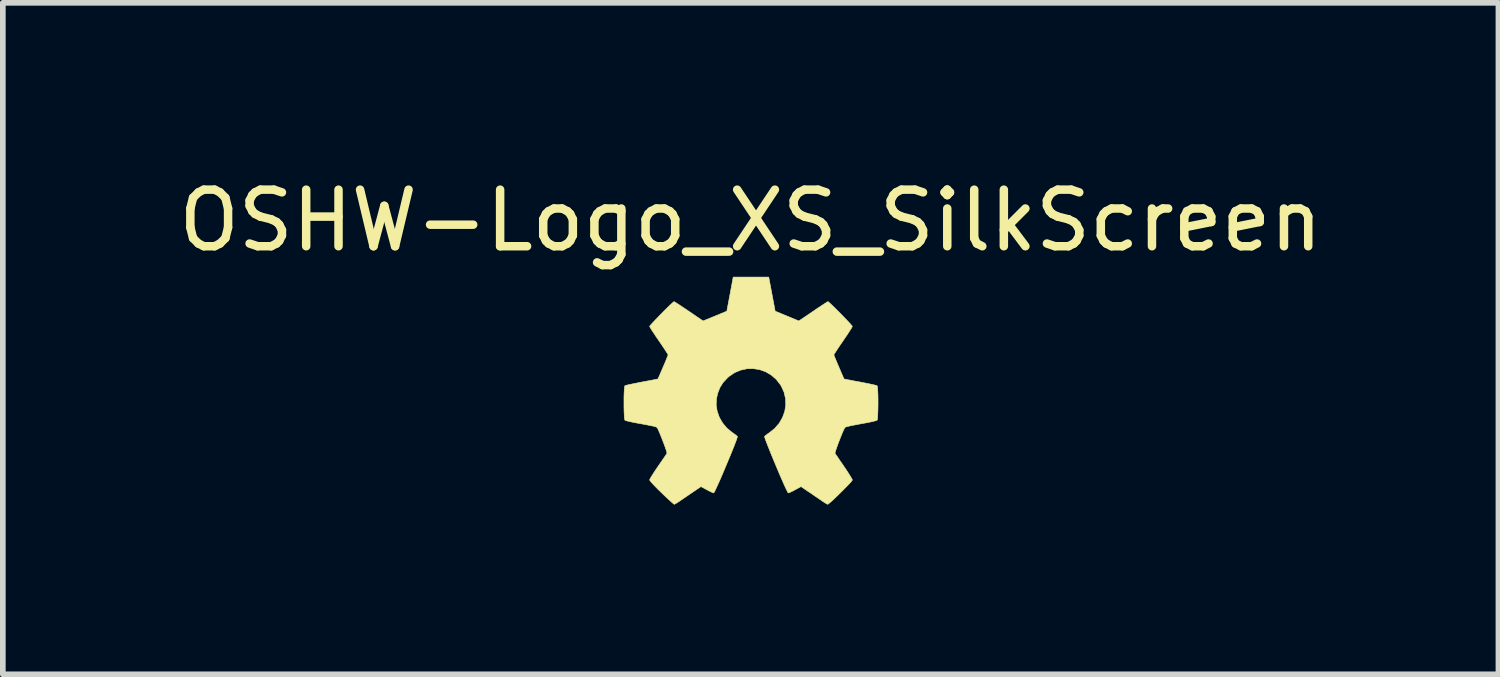
<source format=kicad_pcb>
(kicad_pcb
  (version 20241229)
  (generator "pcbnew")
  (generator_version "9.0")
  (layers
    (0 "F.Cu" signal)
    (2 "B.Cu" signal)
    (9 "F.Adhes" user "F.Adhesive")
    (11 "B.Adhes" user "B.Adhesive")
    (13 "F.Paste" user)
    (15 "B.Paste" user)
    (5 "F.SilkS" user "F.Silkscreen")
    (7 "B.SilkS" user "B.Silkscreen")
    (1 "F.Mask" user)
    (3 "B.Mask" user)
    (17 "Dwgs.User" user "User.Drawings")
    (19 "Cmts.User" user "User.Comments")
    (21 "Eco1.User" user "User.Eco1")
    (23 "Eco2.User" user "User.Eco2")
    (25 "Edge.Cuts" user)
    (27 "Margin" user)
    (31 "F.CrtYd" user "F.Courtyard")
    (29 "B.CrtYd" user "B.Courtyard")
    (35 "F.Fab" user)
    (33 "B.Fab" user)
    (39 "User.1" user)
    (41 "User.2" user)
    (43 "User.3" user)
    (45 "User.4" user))
  (footprint "OSHW-Logo_XS_SilkScreen"
    (layer "F.Cu")
    (at 10.22 4.098)
    (property "Reference" "OSHW-Logo_XS_SilkScreen" (at 0 -3.25 0) (layer "F.SilkS") (effects (font (size 1 1) (thickness 0.15))))
    (attr exclude_from_pos_files exclude_from_bom)
    (fp_poly (pts (xy 0.377 -1.948) (xy 0.434 -1.647) (xy 0.853 -1.474) (xy 1.105 -1.645) (xy 1.175 -1.693) (xy 1.239 -1.735) (xy 1.293 -1.771) (xy 1.334 -1.797) (xy 1.36 -1.813) (xy 1.367 -1.816) (xy 1.379 -1.808) (xy 1.406 -1.784) (xy 1.444 -1.748) (xy 1.491 -1.702) (xy 1.542 -1.651) (xy 1.596 -1.597) (xy 1.649 -1.542) (xy 1.698 -1.491) (xy 1.741 -1.446) (xy 1.773 -1.41) (xy 1.793 -1.386) (xy 1.798 -1.378) (xy 1.791 -1.364) (xy 1.772 -1.331) (xy 1.742 -1.285) (xy 1.705 -1.227) (xy 1.66 -1.162) (xy 1.635 -1.124) (xy 1.588 -1.056) (xy 1.546 -0.994) (xy 1.512 -0.942) (xy 1.487 -0.903) (xy 1.473 -0.88) (xy 1.471 -0.875) (xy 1.476 -0.861) (xy 1.489 -0.828) (xy 1.508 -0.782) (xy 1.531 -0.726) (xy 1.557 -0.666) (xy 1.583 -0.605) (xy 1.607 -0.548) (xy 1.628 -0.501) (xy 1.643 -0.466) (xy 1.651 -0.45) (xy 1.652 -0.449) (xy 1.665 -0.446) (xy 1.699 -0.439) (xy 1.75 -0.429) (xy 1.816 -0.416) (xy 1.893 -0.402) (xy 1.937 -0.394) (xy 2.019 -0.378) (xy 2.093 -0.363) (xy 2.155 -0.35) (xy 2.202 -0.339) (xy 2.23 -0.331) (xy 2.235 -0.329) (xy 2.241 -0.313) (xy 2.245 -0.275) (xy 2.248 -0.222) (xy 2.251 -0.156) (xy 2.252 -0.082) (xy 2.252 -0.006) (xy 2.251 0.07) (xy 2.249 0.14) (xy 2.246 0.201) (xy 2.243 0.248) (xy 2.238 0.276) (xy 2.235 0.281) (xy 2.217 0.288) (xy 2.179 0.298) (xy 2.127 0.31) (xy 2.065 0.323) (xy 2.043 0.327) (xy 1.938 0.346) (xy 1.855 0.362) (xy 1.792 0.374) (xy 1.745 0.384) (xy 1.711 0.392) (xy 1.689 0.398) (xy 1.676 0.404) (xy 1.667 0.41) (xy 1.666 0.411) (xy 1.655 0.43) (xy 1.638 0.467) (xy 1.616 0.517) (xy 1.592 0.577) (xy 1.567 0.64) (xy 1.543 0.703) (xy 1.522 0.762) (xy 1.505 0.812) (xy 1.494 0.848) (xy 1.492 0.865) (xy 1.492 0.866) (xy 1.501 0.881) (xy 1.523 0.912) (xy 1.554 0.958) (xy 1.593 1.015) (xy 1.637 1.079) (xy 1.649 1.097) (xy 1.694 1.163) (xy 1.733 1.224) (xy 1.765 1.275) (xy 1.787 1.313) (xy 1.798 1.335) (xy 1.798 1.338) (xy 1.789 1.352) (xy 1.765 1.381) (xy 1.729 1.42) (xy 1.683 1.467) (xy 1.632 1.519) (xy 1.577 1.573) (xy 1.523 1.626) (xy 1.472 1.675) (xy 1.427 1.716) (xy 1.391 1.747) (xy 1.368 1.765) (xy 1.362 1.767) (xy 1.347 1.761) (xy 1.316 1.742) (xy 1.275 1.716) (xy 1.244 1.694) (xy 1.187 1.655) (xy 1.119 1.609) (xy 1.051 1.562) (xy 1.014 1.538) (xy 0.891 1.454) (xy 0.787 1.51) (xy 0.74 1.535) (xy 0.7 1.554) (xy 0.672 1.565) (xy 0.665 1.566) (xy 0.657 1.555) (xy 0.641 1.523) (xy 0.617 1.474) (xy 0.588 1.411) (xy 0.555 1.335) (xy 0.518 1.251) (xy 0.48 1.161) (xy 0.441 1.068) (xy 0.402 0.975) (xy 0.365 0.885) (xy 0.331 0.8) (xy 0.301 0.725) (xy 0.276 0.661) (xy 0.258 0.612) (xy 0.248 0.58) (xy 0.246 0.569) (xy 0.259 0.555) (xy 0.288 0.532) (xy 0.325 0.506) (xy 0.329 0.504) (xy 0.426 0.426) (xy 0.505 0.335) (xy 0.564 0.233) (xy 0.603 0.125) (xy 0.621 0.012) (xy 0.617 -0.102) (xy 0.591 -0.214) (xy 0.542 -0.322) (xy 0.527 -0.346) (xy 0.452 -0.442) (xy 0.364 -0.518) (xy 0.265 -0.576) (xy 0.158 -0.614) (xy 0.047 -0.631) (xy -0.066 -0.629) (xy -0.176 -0.605) (xy -0.282 -0.561) (xy -0.38 -0.495) (xy -0.41 -0.468) (xy -0.488 -0.384) (xy -0.544 -0.295) (xy -0.582 -0.196) (xy -0.604 -0.098) (xy -0.609 0.012) (xy -0.591 0.123) (xy -0.553 0.231) (xy -0.494 0.332) (xy -0.418 0.422) (xy -0.327 0.497) (xy -0.315 0.505) (xy -0.277 0.532) (xy -0.248 0.554) (xy -0.234 0.569) (xy -0.234 0.569) (xy -0.237 0.585) (xy -0.248 0.62) (xy -0.268 0.672) (xy -0.293 0.739) (xy -0.324 0.816) (xy -0.359 0.902) (xy -0.397 0.993) (xy -0.436 1.086) (xy -0.475 1.179) (xy -0.513 1.268) (xy -0.549 1.351) (xy -0.582 1.424) (xy -0.61 1.485) (xy -0.632 1.531) (xy -0.647 1.559) (xy -0.653 1.566) (xy -0.671 1.561) (xy -0.706 1.545) (xy -0.75 1.523) (xy -0.774 1.51) (xy -0.878 1.454) (xy -1.002 1.538) (xy -1.065 1.581) (xy -1.134 1.628) (xy -1.199 1.672) (xy -1.231 1.694) (xy -1.277 1.725) (xy -1.315 1.749) (xy -1.342 1.764) (xy -1.351 1.767) (xy -1.363 1.759) (xy -1.391 1.735) (xy -1.431 1.699) (xy -1.482 1.652) (xy -1.539 1.598) (xy -1.575 1.563) (xy -1.639 1.501) (xy -1.694 1.445) (xy -1.738 1.398) (xy -1.769 1.362) (xy -1.784 1.341) (xy -1.786 1.336) (xy -1.779 1.32) (xy -1.76 1.286) (xy -1.73 1.238) (xy -1.693 1.18) (xy -1.649 1.115) (xy -1.637 1.097) (xy -1.592 1.032) (xy -1.551 0.973) (xy -1.518 0.924) (xy -1.493 0.888) (xy -1.481 0.868) (xy -1.479 0.866) (xy -1.481 0.85) (xy -1.491 0.816) (xy -1.507 0.768) (xy -1.528 0.71) (xy -1.552 0.647) (xy -1.577 0.583) (xy -1.601 0.523) (xy -1.623 0.472) (xy -1.641 0.433) (xy -1.653 0.412) (xy -1.654 0.411) (xy -1.661 0.405) (xy -1.674 0.399) (xy -1.694 0.393) (xy -1.725 0.385) (xy -1.769 0.376) (xy -1.829 0.364) (xy -1.908 0.349) (xy -2.009 0.331) (xy -2.03 0.327) (xy -2.095 0.314) (xy -2.151 0.302) (xy -2.194 0.291) (xy -2.219 0.283) (xy -2.222 0.281) (xy -2.228 0.265) (xy -2.232 0.227) (xy -2.235 0.173) (xy -2.238 0.107) (xy -2.239 0.034) (xy -2.239 -0.043) (xy -2.239 -0.118) (xy -2.237 -0.189) (xy -2.234 -0.249) (xy -2.23 -0.296) (xy -2.225 -0.323) (xy -2.223 -0.329) (xy -2.206 -0.335) (xy -2.169 -0.344) (xy -2.114 -0.356) (xy -2.045 -0.37) (xy -1.967 -0.386) (xy -1.925 -0.394) (xy -1.844 -0.409) (xy -1.772 -0.422) (xy -1.712 -0.434) (xy -1.668 -0.443) (xy -1.643 -0.448) (xy -1.639 -0.449) (xy -1.633 -0.463) (xy -1.618 -0.494) (xy -1.598 -0.54) (xy -1.574 -0.596) (xy -1.548 -0.657) (xy -1.522 -0.717) (xy -1.498 -0.774) (xy -1.479 -0.822) (xy -1.465 -0.857) (xy -1.459 -0.874) (xy -1.459 -0.875) (xy -1.465 -0.889) (xy -1.485 -0.92) (xy -1.514 -0.965) (xy -1.552 -1.022) (xy -1.596 -1.087) (xy -1.622 -1.125) (xy -1.669 -1.193) (xy -1.71 -1.256) (xy -1.745 -1.308) (xy -1.77 -1.349) (xy -1.784 -1.373) (xy -1.786 -1.378) (xy -1.777 -1.391) (xy -1.754 -1.418) (xy -1.718 -1.457) (xy -1.673 -1.504) (xy -1.623 -1.556) (xy -1.569 -1.611) (xy -1.516 -1.665) (xy -1.465 -1.715) (xy -1.421 -1.758) (xy -1.385 -1.791) (xy -1.362 -1.811) (xy -1.354 -1.816) (xy -1.341 -1.809) (xy -1.311 -1.79) (xy -1.265 -1.761) (xy -1.208 -1.723) (xy -1.142 -1.679) (xy -1.092 -1.645) (xy -0.841 -1.474) (xy -0.631 -1.56) (xy -0.421 -1.647) (xy -0.364 -1.948) (xy -0.308 -2.25) (xy 0.32 -2.25) (xy 0.377 -1.948)) (stroke (width 0.01) (type solid)) (fill yes) (layer "F.SilkS")))
  (gr_rect
    (start -3 -3)
    (end 23.44 8.871)
    (stroke (width 0.1) (type default))
    (fill no)
    (layer "Edge.Cuts")))
</source>
